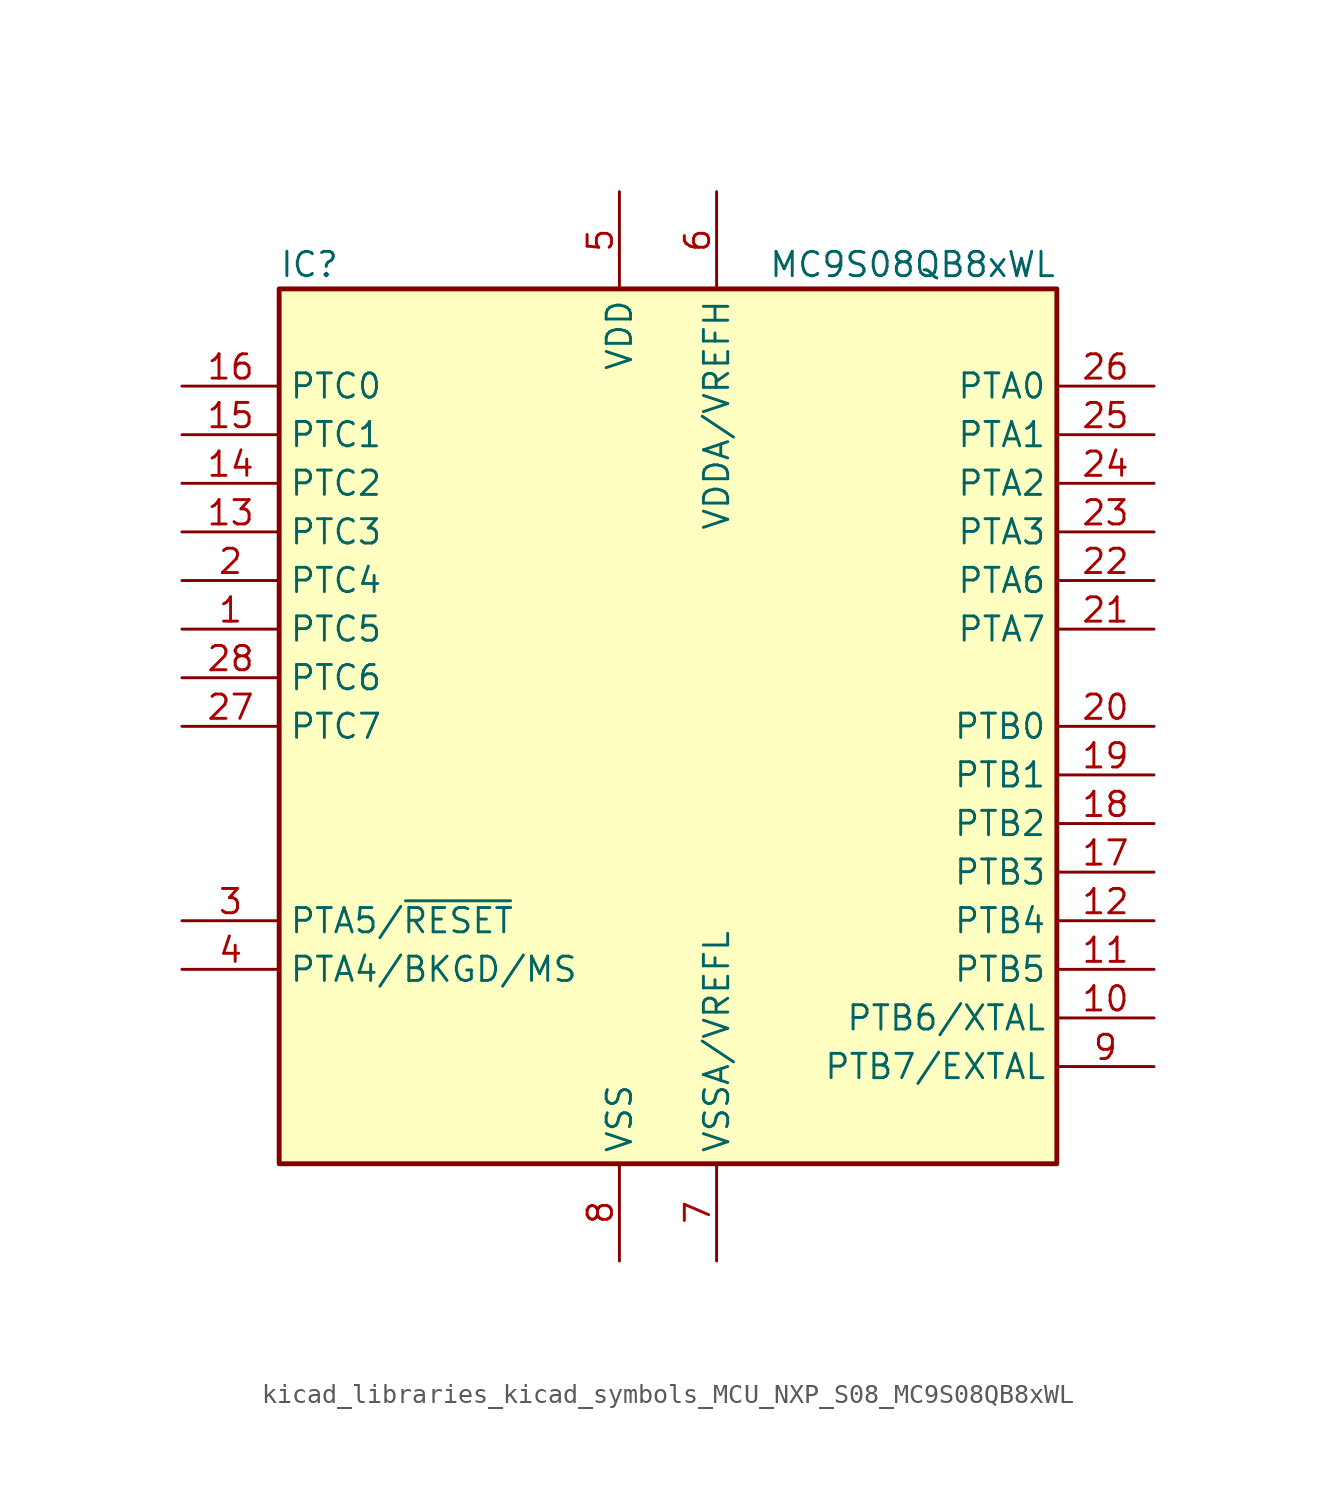
<source format=kicad_sym>
(kicad_symbol_lib
  (version 20220914)
  (generator kicad_symbol_editor)
  (symbol "kicad_libraries_kicad_symbols_MCU_NXP_S08_MC9S08QB8xWL"
    (property "Reference" "IC"
      (at -20.32 24.13 0)
      (effects (font (size 1.27 1.27)) (justify left)))
    (property "Value" "MC9S08QB8xWL"
      (at 20.32 24.13 0)
      (effects (font (size 1.27 1.27)) (justify right)))
    (symbol "kicad_libraries_kicad_symbols_MCU_NXP_S08_MC9S08QB8xWL_0_1"
      (rectangle (start -20.32 22.86) (end 20.32 -22.86) (stroke (width 0.254) (type default)) (fill (type background))))
    (symbol "kicad_libraries_kicad_symbols_MCU_NXP_S08_MC9S08QB8xWL_1_1"
      (pin bidirectional line (at -25.4 5.08 0) (length 5.08) (name "PTC5" (effects (font (size 1.27 1.27)))) (number "1" (effects (font (size 1.27 1.27)))))
      (pin bidirectional line (at 25.4 -15.24 180) (length 5.08) (name "PTB6/XTAL" (effects (font (size 1.27 1.27)))) (number "10" (effects (font (size 1.27 1.27)))))
      (pin bidirectional line (at 25.4 -12.7 180) (length 5.08) (name "PTB5" (effects (font (size 1.27 1.27)))) (number "11" (effects (font (size 1.27 1.27)))))
      (pin bidirectional line (at 25.4 -10.16 180) (length 5.08) (name "PTB4" (effects (font (size 1.27 1.27)))) (number "12" (effects (font (size 1.27 1.27)))))
      (pin bidirectional line (at -25.4 10.16 0) (length 5.08) (name "PTC3" (effects (font (size 1.27 1.27)))) (number "13" (effects (font (size 1.27 1.27)))))
      (pin bidirectional line (at -25.4 12.7 0) (length 5.08) (name "PTC2" (effects (font (size 1.27 1.27)))) (number "14" (effects (font (size 1.27 1.27)))))
      (pin bidirectional line (at -25.4 15.24 0) (length 5.08) (name "PTC1" (effects (font (size 1.27 1.27)))) (number "15" (effects (font (size 1.27 1.27)))))
      (pin bidirectional line (at -25.4 17.78 0) (length 5.08) (name "PTC0" (effects (font (size 1.27 1.27)))) (number "16" (effects (font (size 1.27 1.27)))))
      (pin bidirectional line (at 25.4 -7.62 180) (length 5.08) (name "PTB3" (effects (font (size 1.27 1.27)))) (number "17" (effects (font (size 1.27 1.27)))))
      (pin bidirectional line (at 25.4 -5.08 180) (length 5.08) (name "PTB2" (effects (font (size 1.27 1.27)))) (number "18" (effects (font (size 1.27 1.27)))))
      (pin bidirectional line (at 25.4 -2.54 180) (length 5.08) (name "PTB1" (effects (font (size 1.27 1.27)))) (number "19" (effects (font (size 1.27 1.27)))))
      (pin bidirectional line (at -25.4 7.62 0) (length 5.08) (name "PTC4" (effects (font (size 1.27 1.27)))) (number "2" (effects (font (size 1.27 1.27)))))
      (pin bidirectional line (at 25.4 0 180) (length 5.08) (name "PTB0" (effects (font (size 1.27 1.27)))) (number "20" (effects (font (size 1.27 1.27)))))
      (pin bidirectional line (at 25.4 5.08 180) (length 5.08) (name "PTA7" (effects (font (size 1.27 1.27)))) (number "21" (effects (font (size 1.27 1.27)))))
      (pin bidirectional line (at 25.4 7.62 180) (length 5.08) (name "PTA6" (effects (font (size 1.27 1.27)))) (number "22" (effects (font (size 1.27 1.27)))))
      (pin bidirectional line (at 25.4 10.16 180) (length 5.08) (name "PTA3" (effects (font (size 1.27 1.27)))) (number "23" (effects (font (size 1.27 1.27)))))
      (pin bidirectional line (at 25.4 12.7 180) (length 5.08) (name "PTA2" (effects (font (size 1.27 1.27)))) (number "24" (effects (font (size 1.27 1.27)))))
      (pin bidirectional line (at 25.4 15.24 180) (length 5.08) (name "PTA1" (effects (font (size 1.27 1.27)))) (number "25" (effects (font (size 1.27 1.27)))))
      (pin bidirectional line (at 25.4 17.78 180) (length 5.08) (name "PTA0" (effects (font (size 1.27 1.27)))) (number "26" (effects (font (size 1.27 1.27)))))
      (pin bidirectional line (at -25.4 0 0) (length 5.08) (name "PTC7" (effects (font (size 1.27 1.27)))) (number "27" (effects (font (size 1.27 1.27)))))
      (pin bidirectional line (at -25.4 2.54 0) (length 5.08) (name "PTC6" (effects (font (size 1.27 1.27)))) (number "28" (effects (font (size 1.27 1.27)))))
      (pin bidirectional line (at -25.4 -10.16 0) (length 5.08) (name "PTA5/~{RESET}" (effects (font (size 1.27 1.27)))) (number "3" (effects (font (size 1.27 1.27)))))
      (pin bidirectional line (at -25.4 -12.7 0) (length 5.08) (name "PTA4/BKGD/MS" (effects (font (size 1.27 1.27)))) (number "4" (effects (font (size 1.27 1.27)))))
      (pin power_in line (at -2.54 27.94 270) (length 5.08) (name "VDD" (effects (font (size 1.27 1.27)))) (number "5" (effects (font (size 1.27 1.27)))))
      (pin power_in line (at 2.54 27.94 270) (length 5.08) (name "VDDA/VREFH" (effects (font (size 1.27 1.27)))) (number "6" (effects (font (size 1.27 1.27)))))
      (pin power_in line (at 2.54 -27.94 90) (length 5.08) (name "VSSA/VREFL" (effects (font (size 1.27 1.27)))) (number "7" (effects (font (size 1.27 1.27)))))
      (pin power_in line (at -2.54 -27.94 90) (length 5.08) (name "VSS" (effects (font (size 1.27 1.27)))) (number "8" (effects (font (size 1.27 1.27)))))
      (pin bidirectional line (at 25.4 -17.78 180) (length 5.08) (name "PTB7/EXTAL" (effects (font (size 1.27 1.27)))) (number "9" (effects (font (size 1.27 1.27))))))))
</source>
